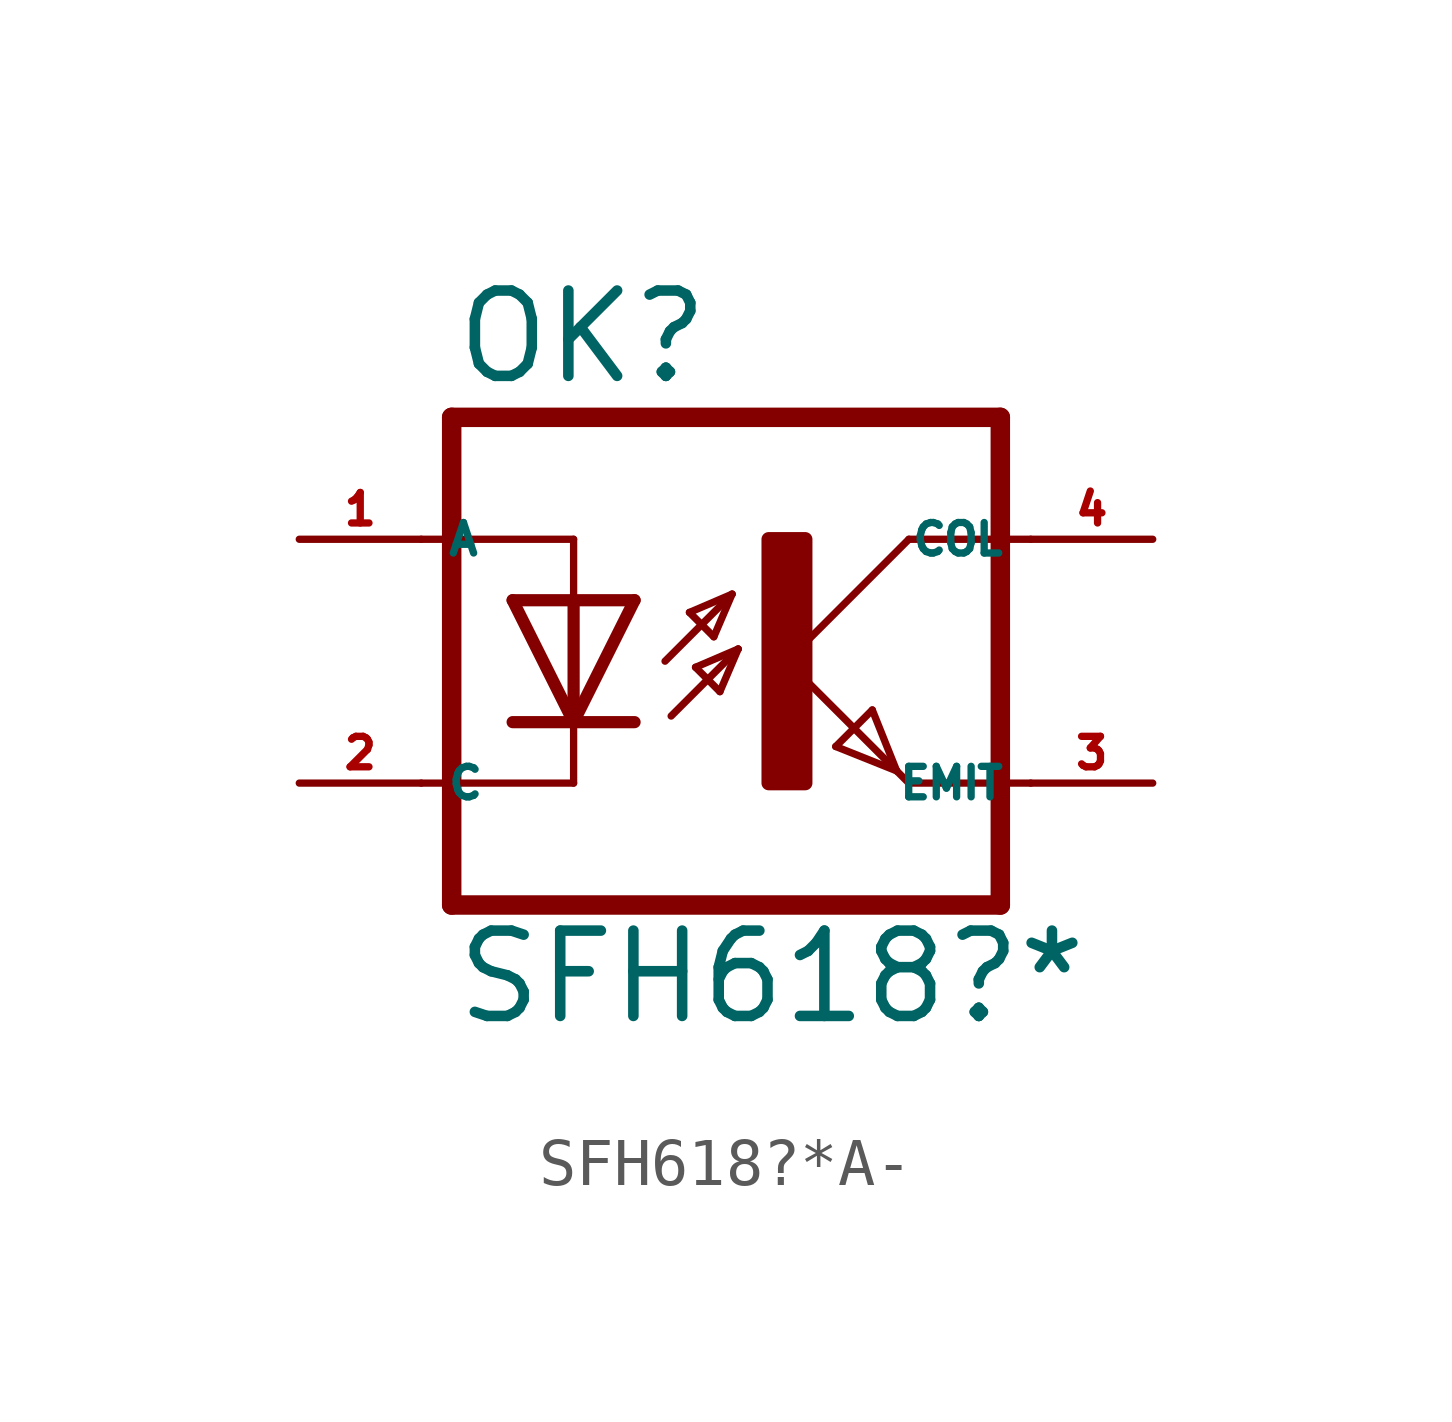
<source format=kicad_sym>
(kicad_symbol_lib
  (version 20220914)
  (generator kicad_symbol_editor)
  (symbol "SFH618?*A-"
    (property "Reference" "OK"
      (at -6.985 5.715 0)
      (effects (font (size 1.778 1.778) (thickness 0.22)) (justify left bottom)))
    (property "Value" "SFH618?*"
      (at -6.985 -7.62 0)
      (effects (font (size 1.778 1.778) (thickness 0.22)) (justify left bottom)))
    (symbol "SFH618?*A-_1_1"
      (rectangle (start -0.381 -2.54) (end 0.381 2.54) (stroke (width 0.3) (type default)) (fill (type outline)))
      (polyline (pts (xy -6.985 -5.08) (xy 4.445 -5.08)) (stroke (width 0.406) (type default)) (fill (type none)))
      (polyline (pts (xy -6.985 5.08) (xy -6.985 -5.08)) (stroke (width 0.406) (type default)) (fill (type none)))
      (polyline (pts (xy -6.985 5.08) (xy 4.445 5.08)) (stroke (width 0.406) (type default)) (fill (type none)))
      (polyline (pts (xy -4.445 -2.54) (xy -7.62 -2.54)) (stroke (width 0.152) (type default)) (fill (type none)))
      (polyline (pts (xy -4.445 -1.27) (xy -5.715 -1.27)) (stroke (width 0.254) (type default)) (fill (type none)))
      (polyline (pts (xy -4.445 -1.27) (xy -5.715 1.27)) (stroke (width 0.254) (type default)) (fill (type none)))
      (polyline (pts (xy -4.445 -1.27) (xy -4.445 -2.54)) (stroke (width 0.152) (type default)) (fill (type none)))
      (polyline (pts (xy -4.445 1.27) (xy -5.715 1.27)) (stroke (width 0.254) (type default)) (fill (type none)))
      (polyline (pts (xy -4.445 1.27) (xy -4.445 -1.27)) (stroke (width 0.254) (type default)) (fill (type none)))
      (polyline (pts (xy -4.445 2.54) (xy -7.62 2.54)) (stroke (width 0.152) (type default)) (fill (type none)))
      (polyline (pts (xy -4.445 2.54) (xy -4.445 1.27)) (stroke (width 0.152) (type default)) (fill (type none)))
      (polyline (pts (xy -3.175 -1.27) (xy -4.445 -1.27)) (stroke (width 0.254) (type default)) (fill (type none)))
      (polyline (pts (xy -3.175 1.27) (xy -4.445 -1.27)) (stroke (width 0.254) (type default)) (fill (type none)))
      (polyline (pts (xy -3.175 1.27) (xy -4.445 1.27)) (stroke (width 0.254) (type default)) (fill (type none)))
      (polyline (pts (xy -2.54 0) (xy -1.143 1.397)) (stroke (width 0.152) (type default)) (fill (type none)))
      (polyline (pts (xy -2.413 -1.143) (xy -1.016 0.254)) (stroke (width 0.152) (type default)) (fill (type none)))
      (polyline (pts (xy -2.032 1.016) (xy -1.524 0.508)) (stroke (width 0.152) (type default)) (fill (type none)))
      (polyline (pts (xy -1.905 -0.127) (xy -1.397 -0.635)) (stroke (width 0.152) (type default)) (fill (type none)))
      (polyline (pts (xy -1.524 0.508) (xy -1.143 1.397)) (stroke (width 0.152) (type default)) (fill (type none)))
      (polyline (pts (xy -1.397 -0.635) (xy -1.016 0.254)) (stroke (width 0.152) (type default)) (fill (type none)))
      (polyline (pts (xy -1.143 1.397) (xy -2.032 1.016)) (stroke (width 0.152) (type default)) (fill (type none)))
      (polyline (pts (xy -1.016 0.254) (xy -1.905 -0.127)) (stroke (width 0.152) (type default)) (fill (type none)))
      (polyline (pts (xy 0 0) (xy 2.286 -2.286)) (stroke (width 0.152) (type default)) (fill (type none)))
      (polyline (pts (xy 1.016 -1.778) (xy 1.778 -1.016)) (stroke (width 0.152) (type default)) (fill (type none)))
      (polyline (pts (xy 1.778 -1.016) (xy 2.286 -2.286)) (stroke (width 0.152) (type default)) (fill (type none)))
      (polyline (pts (xy 2.286 -2.286) (xy 1.016 -1.778)) (stroke (width 0.152) (type default)) (fill (type none)))
      (polyline (pts (xy 2.286 -2.286) (xy 2.54 -2.54)) (stroke (width 0.152) (type default)) (fill (type none)))
      (polyline (pts (xy 2.54 -2.54) (xy 5.08 -2.54)) (stroke (width 0.152) (type default)) (fill (type none)))
      (polyline (pts (xy 2.54 2.54) (xy 0 0)) (stroke (width 0.152) (type default)) (fill (type none)))
      (polyline (pts (xy 2.54 2.54) (xy 5.08 2.54)) (stroke (width 0.152) (type default)) (fill (type none)))
      (polyline (pts (xy 4.445 5.08) (xy 4.445 -5.08)) (stroke (width 0.406) (type default)) (fill (type none)))
      (pin passive line (at -10.16 2.54 0) (length 2.54) (name "A" (effects (font (size 0.635 0.635)))) (number "1" (effects (font (size 0.635 0.635)))))
      (pin passive line (at -10.16 -2.54 0) (length 2.54) (name "C" (effects (font (size 0.635 0.635)))) (number "2" (effects (font (size 0.635 0.635)))))
      (pin passive line (at 7.62 -2.54 180) (length 2.54) (name "EMIT" (effects (font (size 0.635 0.635)))) (number "3" (effects (font (size 0.635 0.635)))))
      (pin passive line (at 7.62 2.54 180) (length 2.54) (name "COL" (effects (font (size 0.635 0.635)))) (number "4" (effects (font (size 0.635 0.635))))))))
</source>
